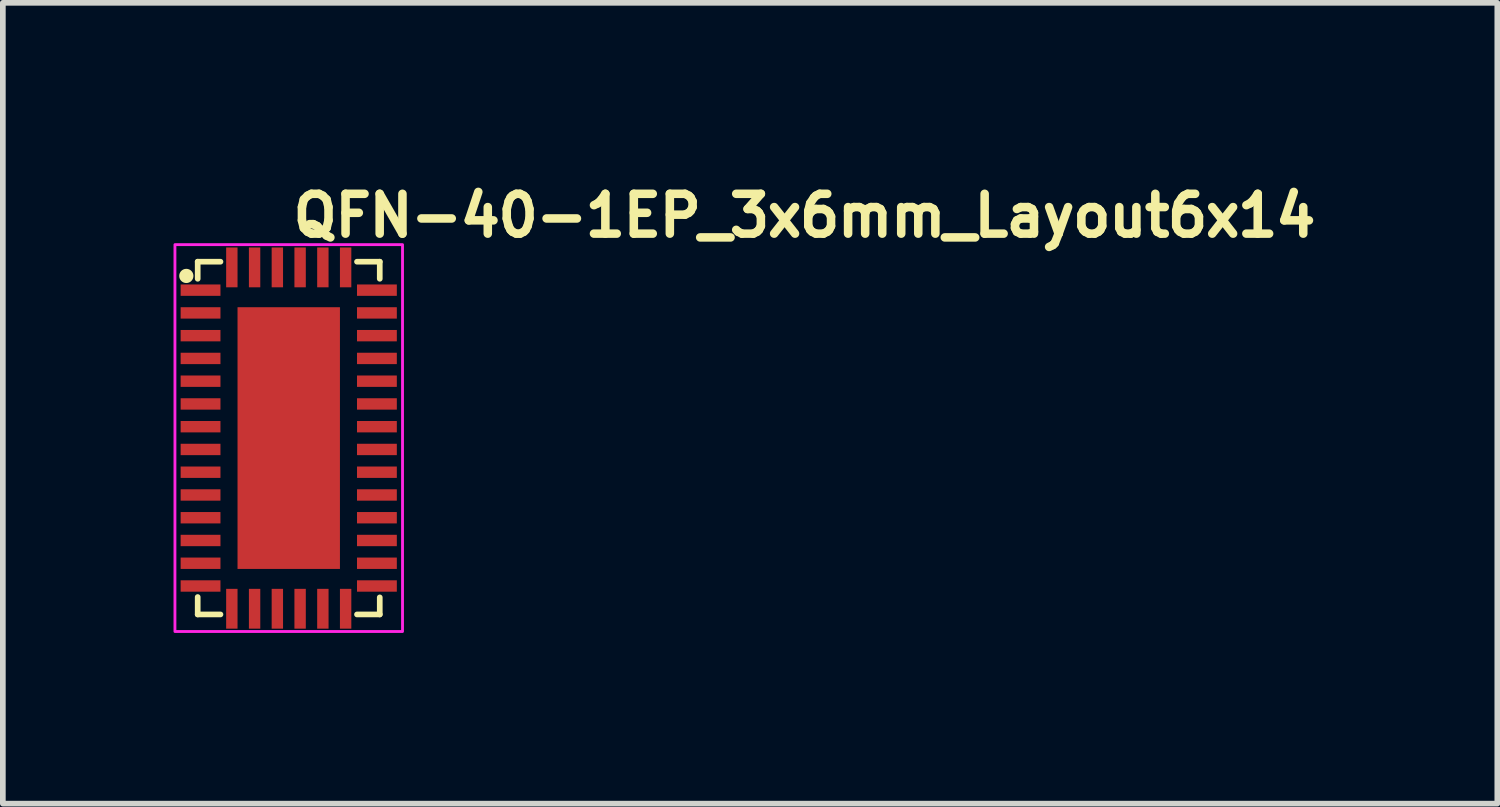
<source format=kicad_pcb>
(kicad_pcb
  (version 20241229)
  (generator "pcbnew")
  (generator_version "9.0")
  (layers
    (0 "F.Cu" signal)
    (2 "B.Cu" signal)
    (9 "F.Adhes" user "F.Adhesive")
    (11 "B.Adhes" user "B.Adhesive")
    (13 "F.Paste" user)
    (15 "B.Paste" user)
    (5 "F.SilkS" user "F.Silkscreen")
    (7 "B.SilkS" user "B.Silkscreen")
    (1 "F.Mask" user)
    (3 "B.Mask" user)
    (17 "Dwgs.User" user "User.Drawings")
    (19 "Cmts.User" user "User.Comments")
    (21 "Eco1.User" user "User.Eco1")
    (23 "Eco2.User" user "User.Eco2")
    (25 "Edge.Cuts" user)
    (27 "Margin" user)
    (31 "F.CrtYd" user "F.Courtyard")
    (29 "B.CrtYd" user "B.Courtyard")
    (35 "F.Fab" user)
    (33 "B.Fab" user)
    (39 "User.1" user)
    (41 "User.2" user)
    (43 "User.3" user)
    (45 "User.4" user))
  (footprint "QFN-40-1EP_3x6mm_Layout6x14"
    (layer "F.Cu")
    (at 2.025 4.65)
    (property "Reference" "QFN-40-1EP_3x6mm_Layout6x14" (at 0 -3.5 0) (layer "F.SilkS") (effects (font (size 0.7 0.7) (thickness 0.15)) (justify left bottom)))
    (attr smd)
    (fp_line (start -1.6 -3.1) (end -1.2 -3.1) (stroke (width 0.1) (type default)) (layer "F.SilkS"))
    (fp_line (start -1.6 -2.8) (end -1.6 -3.1) (stroke (width 0.1) (type default)) (layer "F.SilkS"))
    (fp_line (start -1.6 3.1) (end -1.6 2.794) (stroke (width 0.1) (type default)) (layer "F.SilkS"))
    (fp_line (start -1.2 3.1) (end -1.6 3.1) (stroke (width 0.1) (type default)) (layer "F.SilkS"))
    (fp_line (start 1.2 -3.1) (end 1.6 -3.1) (stroke (width 0.1) (type default)) (layer "F.SilkS"))
    (fp_line (start 1.6 -3.1) (end 1.6 -2.8) (stroke (width 0.1) (type default)) (layer "F.SilkS"))
    (fp_line (start 1.6 2.8) (end 1.6 3.1) (stroke (width 0.1) (type default)) (layer "F.SilkS"))
    (fp_line (start 1.6 3.1) (end 1.2 3.1) (stroke (width 0.1) (type default)) (layer "F.SilkS"))
    (fp_circle (center -1.8 -2.85) (end -1.75 -2.85) (stroke (width 0.15) (type solid)) (fill yes) (layer "F.SilkS"))
    (fp_rect (start -2 -3.4) (end 2 3.4) (stroke (width 0.05) (type solid)) (fill no) (layer "F.CrtYd"))
    (fp_rect (start -1.55 -3.05) (end 1.55 3.05) (stroke (width 0.1) (type solid)) (fill no) (layer "User.5"))
    (fp_line (start -1.55 -2.7) (end -1.5 -2.7) (stroke (width 0.02) (type solid)) (layer "User.9"))
    (fp_line (start -1.55 -2.5) (end -1.55 -2.7) (stroke (width 0.02) (type solid)) (layer "User.9"))
    (fp_line (start -1.55 -2.5) (end -1.5 -2.5) (stroke (width 0.02) (type solid)) (layer "User.9"))
    (fp_line (start -1.55 -2.3) (end -1.5 -2.3) (stroke (width 0.02) (type solid)) (layer "User.9"))
    (fp_line (start -1.55 -2.1) (end -1.55 -2.3) (stroke (width 0.02) (type solid)) (layer "User.9"))
    (fp_line (start -1.55 -2.1) (end -1.5 -2.1) (stroke (width 0.02) (type solid)) (layer "User.9"))
    (fp_line (start -1.55 -1.9) (end -1.5 -1.9) (stroke (width 0.02) (type solid)) (layer "User.9"))
    (fp_line (start -1.55 -1.7) (end -1.55 -1.9) (stroke (width 0.02) (type solid)) (layer "User.9"))
    (fp_line (start -1.55 -1.7) (end -1.5 -1.7) (stroke (width 0.02) (type solid)) (layer "User.9"))
    (fp_line (start -1.55 -1.5) (end -1.5 -1.5) (stroke (width 0.02) (type solid)) (layer "User.9"))
    (fp_line (start -1.55 -1.3) (end -1.55 -1.5) (stroke (width 0.02) (type solid)) (layer "User.9"))
    (fp_line (start -1.55 -1.3) (end -1.5 -1.3) (stroke (width 0.02) (type solid)) (layer "User.9"))
    (fp_line (start -1.55 -1.1) (end -1.5 -1.1) (stroke (width 0.02) (type solid)) (layer "User.9"))
    (fp_line (start -1.55 -0.9) (end -1.55 -1.1) (stroke (width 0.02) (type solid)) (layer "User.9"))
    (fp_line (start -1.55 -0.9) (end -1.5 -0.9) (stroke (width 0.02) (type solid)) (layer "User.9"))
    (fp_line (start -1.55 -0.7) (end -1.5 -0.7) (stroke (width 0.02) (type solid)) (layer "User.9"))
    (fp_line (start -1.55 -0.5) (end -1.55 -0.7) (stroke (width 0.02) (type solid)) (layer "User.9"))
    (fp_line (start -1.55 -0.5) (end -1.5 -0.5) (stroke (width 0.02) (type solid)) (layer "User.9"))
    (fp_line (start -1.55 -0.3) (end -1.5 -0.3) (stroke (width 0.02) (type solid)) (layer "User.9"))
    (fp_line (start -1.55 -0.1) (end -1.55 -0.3) (stroke (width 0.02) (type solid)) (layer "User.9"))
    (fp_line (start -1.55 -0.1) (end -1.5 -0.1) (stroke (width 0.02) (type solid)) (layer "User.9"))
    (fp_line (start -1.55 0.1) (end -1.5 0.1) (stroke (width 0.02) (type solid)) (layer "User.9"))
    (fp_line (start -1.55 0.3) (end -1.55 0.1) (stroke (width 0.02) (type solid)) (layer "User.9"))
    (fp_line (start -1.55 0.3) (end -1.5 0.3) (stroke (width 0.02) (type solid)) (layer "User.9"))
    (fp_line (start -1.55 0.5) (end -1.5 0.5) (stroke (width 0.02) (type solid)) (layer "User.9"))
    (fp_line (start -1.55 0.7) (end -1.55 0.5) (stroke (width 0.02) (type solid)) (layer "User.9"))
    (fp_line (start -1.55 0.7) (end -1.5 0.7) (stroke (width 0.02) (type solid)) (layer "User.9"))
    (fp_line (start -1.55 0.9) (end -1.5 0.9) (stroke (width 0.02) (type solid)) (layer "User.9"))
    (fp_line (start -1.55 1.1) (end -1.55 0.9) (stroke (width 0.02) (type solid)) (layer "User.9"))
    (fp_line (start -1.55 1.1) (end -1.5 1.1) (stroke (width 0.02) (type solid)) (layer "User.9"))
    (fp_line (start -1.55 1.3) (end -1.5 1.3) (stroke (width 0.02) (type solid)) (layer "User.9"))
    (fp_line (start -1.55 1.5) (end -1.55 1.3) (stroke (width 0.02) (type solid)) (layer "User.9"))
    (fp_line (start -1.55 1.5) (end -1.5 1.5) (stroke (width 0.02) (type solid)) (layer "User.9"))
    (fp_line (start -1.55 1.7) (end -1.5 1.7) (stroke (width 0.02) (type solid)) (layer "User.9"))
    (fp_line (start -1.55 1.9) (end -1.55 1.7) (stroke (width 0.02) (type solid)) (layer "User.9"))
    (fp_line (start -1.55 1.9) (end -1.5 1.9) (stroke (width 0.02) (type solid)) (layer "User.9"))
    (fp_line (start -1.55 2.1) (end -1.5 2.1) (stroke (width 0.02) (type solid)) (layer "User.9"))
    (fp_line (start -1.55 2.3) (end -1.55 2.1) (stroke (width 0.02) (type solid)) (layer "User.9"))
    (fp_line (start -1.55 2.3) (end -1.5 2.3) (stroke (width 0.02) (type solid)) (layer "User.9"))
    (fp_line (start -1.55 2.5) (end -1.5 2.5) (stroke (width 0.02) (type solid)) (layer "User.9"))
    (fp_line (start -1.55 2.7) (end -1.55 2.5) (stroke (width 0.02) (type solid)) (layer "User.9"))
    (fp_line (start -1.55 2.7) (end -1.5 2.7) (stroke (width 0.02) (type solid)) (layer "User.9"))
    (fp_line (start -1.5 -3) (end 1.5 -3) (stroke (width 0.02) (type solid)) (layer "User.9"))
    (fp_line (start -1.5 3) (end -1.5 -3) (stroke (width 0.02) (type solid)) (layer "User.9"))
    (fp_line (start -1.5 3) (end 1.5 3) (stroke (width 0.02) (type solid)) (layer "User.9"))
    (fp_line (start -1.312 -2.644) (end -1.312 -2.635) (stroke (width 0.02) (type solid)) (layer "User.9"))
    (fp_line (start -1.312 -2.635) (end -1.312 -2.625) (stroke (width 0.02) (type solid)) (layer "User.9"))
    (fp_line (start -1.312 -2.625) (end -1.312 -2.615) (stroke (width 0.02) (type solid)) (layer "User.9"))
    (fp_line (start -1.312 -2.615) (end -1.312 -2.606) (stroke (width 0.02) (type solid)) (layer "User.9"))
    (fp_line (start -1.312 -2.606) (end -1.31 -2.596) (stroke (width 0.02) (type solid)) (layer "User.9"))
    (fp_line (start -1.31 -2.654) (end -1.312 -2.644) (stroke (width 0.02) (type solid)) (layer "User.9"))
    (fp_line (start -1.31 -2.596) (end -1.309 -2.587) (stroke (width 0.02) (type solid)) (layer "User.9"))
    (fp_line (start -1.309 -2.663) (end -1.31 -2.654) (stroke (width 0.02) (type solid)) (layer "User.9"))
    (fp_line (start -1.309 -2.587) (end -1.307 -2.578) (stroke (width 0.02) (type solid)) (layer "User.9"))
    (fp_line (start -1.307 -2.672) (end -1.309 -2.663) (stroke (width 0.02) (type solid)) (layer "User.9"))
    (fp_line (start -1.307 -2.578) (end -1.304 -2.569) (stroke (width 0.02) (type solid)) (layer "User.9"))
    (fp_line (start -1.304 -2.681) (end -1.307 -2.672) (stroke (width 0.02) (type solid)) (layer "User.9"))
    (fp_line (start -1.304 -2.569) (end -1.301 -2.561) (stroke (width 0.02) (type solid)) (layer "User.9"))
    (fp_line (start -1.301 -2.689) (end -1.304 -2.681) (stroke (width 0.02) (type solid)) (layer "User.9"))
    (fp_line (start -1.301 -2.561) (end -1.298 -2.552) (stroke (width 0.02) (type solid)) (layer "User.9"))
    (fp_line (start -1.298 -2.698) (end -1.301 -2.689) (stroke (width 0.02) (type solid)) (layer "User.9"))
    (fp_line (start -1.298 -2.552) (end -1.294 -2.544) (stroke (width 0.02) (type solid)) (layer "User.9"))
    (fp_line (start -1.294 -2.706) (end -1.298 -2.698) (stroke (width 0.02) (type solid)) (layer "User.9"))
    (fp_line (start -1.294 -2.544) (end -1.29 -2.536) (stroke (width 0.02) (type solid)) (layer "User.9"))
    (fp_line (start -1.29 -2.714) (end -1.294 -2.706) (stroke (width 0.02) (type solid)) (layer "User.9"))
    (fp_line (start -1.29 -2.536) (end -1.285 -2.528) (stroke (width 0.02) (type solid)) (layer "User.9"))
    (fp_line (start -1.285 -2.722) (end -1.29 -2.714) (stroke (width 0.02) (type solid)) (layer "User.9"))
    (fp_line (start -1.285 -2.528) (end -1.28 -2.52) (stroke (width 0.02) (type solid)) (layer "User.9"))
    (fp_line (start -1.28 -2.73) (end -1.285 -2.722) (stroke (width 0.02) (type solid)) (layer "User.9"))
    (fp_line (start -1.28 -2.52) (end -1.275 -2.513) (stroke (width 0.02) (type solid)) (layer "User.9"))
    (fp_line (start -1.275 -2.737) (end -1.28 -2.73) (stroke (width 0.02) (type solid)) (layer "User.9"))
    (fp_line (start -1.275 -2.513) (end -1.27 -2.506) (stroke (width 0.02) (type solid)) (layer "User.9"))
    (fp_line (start -1.27 -2.744) (end -1.275 -2.737) (stroke (width 0.02) (type solid)) (layer "User.9"))
    (fp_line (start -1.27 -2.506) (end -1.264 -2.499) (stroke (width 0.02) (type solid)) (layer "User.9"))
    (fp_line (start -1.264 -2.751) (end -1.27 -2.744) (stroke (width 0.02) (type solid)) (layer "User.9"))
    (fp_line (start -1.264 -2.499) (end -1.258 -2.492) (stroke (width 0.02) (type solid)) (layer "User.9"))
    (fp_line (start -1.258 -2.758) (end -1.264 -2.751) (stroke (width 0.02) (type solid)) (layer "User.9"))
    (fp_line (start -1.258 -2.492) (end -1.251 -2.486) (stroke (width 0.02) (type solid)) (layer "User.9"))
    (fp_line (start -1.251 -2.764) (end -1.258 -2.758) (stroke (width 0.02) (type solid)) (layer "User.9"))
    (fp_line (start -1.251 -2.486) (end -1.244 -2.48) (stroke (width 0.02) (type solid)) (layer "User.9"))
    (fp_line (start -1.244 -2.77) (end -1.251 -2.764) (stroke (width 0.02) (type solid)) (layer "User.9"))
    (fp_line (start -1.244 -2.48) (end -1.237 -2.475) (stroke (width 0.02) (type solid)) (layer "User.9"))
    (fp_line (start -1.237 -2.775) (end -1.244 -2.77) (stroke (width 0.02) (type solid)) (layer "User.9"))
    (fp_line (start -1.237 -2.475) (end -1.23 -2.47) (stroke (width 0.02) (type solid)) (layer "User.9"))
    (fp_line (start -1.23 -2.78) (end -1.237 -2.775) (stroke (width 0.02) (type solid)) (layer "User.9"))
    (fp_line (start -1.23 -2.47) (end -1.222 -2.465) (stroke (width 0.02) (type solid)) (layer "User.9"))
    (fp_line (start -1.222 -2.785) (end -1.23 -2.78) (stroke (width 0.02) (type solid)) (layer "User.9"))
    (fp_line (start -1.222 -2.465) (end -1.214 -2.46) (stroke (width 0.02) (type solid)) (layer "User.9"))
    (fp_line (start -1.214 -2.79) (end -1.222 -2.785) (stroke (width 0.02) (type solid)) (layer "User.9"))
    (fp_line (start -1.214 -2.46) (end -1.206 -2.456) (stroke (width 0.02) (type solid)) (layer "User.9"))
    (fp_line (start -1.206 -2.794) (end -1.214 -2.79) (stroke (width 0.02) (type solid)) (layer "User.9"))
    (fp_line (start -1.206 -2.456) (end -1.198 -2.452) (stroke (width 0.02) (type solid)) (layer "User.9"))
    (fp_line (start -1.198 -2.798) (end -1.206 -2.794) (stroke (width 0.02) (type solid)) (layer "User.9"))
    (fp_line (start -1.198 -2.452) (end -1.189 -2.449) (stroke (width 0.02) (type solid)) (layer "User.9"))
    (fp_line (start -1.189 -2.801) (end -1.198 -2.798) (stroke (width 0.02) (type solid)) (layer "User.9"))
    (fp_line (start -1.189 -2.449) (end -1.181 -2.446) (stroke (width 0.02) (type solid)) (layer "User.9"))
    (fp_line (start -1.181 -2.804) (end -1.189 -2.801) (stroke (width 0.02) (type solid)) (layer "User.9"))
    (fp_line (start -1.181 -2.446) (end -1.172 -2.443) (stroke (width 0.02) (type solid)) (layer "User.9"))
    (fp_line (start -1.172 -2.807) (end -1.181 -2.804) (stroke (width 0.02) (type solid)) (layer "User.9"))
    (fp_line (start -1.172 -2.443) (end -1.163 -2.441) (stroke (width 0.02) (type solid)) (layer "User.9"))
    (fp_line (start -1.163 -2.809) (end -1.172 -2.807) (stroke (width 0.02) (type solid)) (layer "User.9"))
    (fp_line (start -1.163 -2.441) (end -1.154 -2.44) (stroke (width 0.02) (type solid)) (layer "User.9"))
    (fp_line (start -1.154 -2.81) (end -1.163 -2.809) (stroke (width 0.02) (type solid)) (layer "User.9"))
    (fp_line (start -1.154 -2.44) (end -1.144 -2.438) (stroke (width 0.02) (type solid)) (layer "User.9"))
    (fp_line (start -1.144 -2.812) (end -1.154 -2.81) (stroke (width 0.02) (type solid)) (layer "User.9"))
    (fp_line (start -1.144 -2.438) (end -1.135 -2.438) (stroke (width 0.02) (type solid)) (layer "User.9"))
    (fp_line (start -1.135 -2.812) (end -1.144 -2.812) (stroke (width 0.02) (type solid)) (layer "User.9"))
    (fp_line (start -1.135 -2.438) (end -1.125 -2.438) (stroke (width 0.02) (type solid)) (layer "User.9"))
    (fp_line (start -1.125 -2.812) (end -1.135 -2.812) (stroke (width 0.02) (type solid)) (layer "User.9"))
    (fp_line (start -1.125 -2.438) (end -1.115 -2.438) (stroke (width 0.02) (type solid)) (layer "User.9"))
    (fp_line (start -1.115 -2.812) (end -1.125 -2.812) (stroke (width 0.02) (type solid)) (layer "User.9"))
    (fp_line (start -1.115 -2.438) (end -1.106 -2.438) (stroke (width 0.02) (type solid)) (layer "User.9"))
    (fp_line (start -1.106 -2.812) (end -1.115 -2.812) (stroke (width 0.02) (type solid)) (layer "User.9"))
    (fp_line (start -1.106 -2.438) (end -1.096 -2.44) (stroke (width 0.02) (type solid)) (layer "User.9"))
    (fp_line (start -1.1 -3.05) (end -1.1 -3) (stroke (width 0.02) (type solid)) (layer "User.9"))
    (fp_line (start -1.1 -3.05) (end -0.9 -3.05) (stroke (width 0.02) (type solid)) (layer "User.9"))
    (fp_line (start -1.1 3.05) (end -1.1 3) (stroke (width 0.02) (type solid)) (layer "User.9"))
    (fp_line (start -1.1 3.05) (end -0.9 3.05) (stroke (width 0.02) (type solid)) (layer "User.9"))
    (fp_line (start -1.096 -2.81) (end -1.106 -2.812) (stroke (width 0.02) (type solid)) (layer "User.9"))
    (fp_line (start -1.096 -2.44) (end -1.087 -2.441) (stroke (width 0.02) (type solid)) (layer "User.9"))
    (fp_line (start -1.087 -2.809) (end -1.096 -2.81) (stroke (width 0.02) (type solid)) (layer "User.9"))
    (fp_line (start -1.087 -2.441) (end -1.078 -2.443) (stroke (width 0.02) (type solid)) (layer "User.9"))
    (fp_line (start -1.078 -2.807) (end -1.087 -2.809) (stroke (width 0.02) (type solid)) (layer "User.9"))
    (fp_line (start -1.078 -2.443) (end -1.069 -2.446) (stroke (width 0.02) (type solid)) (layer "User.9"))
    (fp_line (start -1.069 -2.804) (end -1.078 -2.807) (stroke (width 0.02) (type solid)) (layer "User.9"))
    (fp_line (start -1.069 -2.446) (end -1.061 -2.449) (stroke (width 0.02) (type solid)) (layer "User.9"))
    (fp_line (start -1.061 -2.801) (end -1.069 -2.804) (stroke (width 0.02) (type solid)) (layer "User.9"))
    (fp_line (start -1.061 -2.449) (end -1.052 -2.452) (stroke (width 0.02) (type solid)) (layer "User.9"))
    (fp_line (start -1.052 -2.798) (end -1.061 -2.801) (stroke (width 0.02) (type solid)) (layer "User.9"))
    (fp_line (start -1.052 -2.452) (end -1.044 -2.456) (stroke (width 0.02) (type solid)) (layer "User.9"))
    (fp_line (start -1.044 -2.794) (end -1.052 -2.798) (stroke (width 0.02) (type solid)) (layer "User.9"))
    (fp_line (start -1.044 -2.456) (end -1.036 -2.46) (stroke (width 0.02) (type solid)) (layer "User.9"))
    (fp_line (start -1.036 -2.79) (end -1.044 -2.794) (stroke (width 0.02) (type solid)) (layer "User.9"))
    (fp_line (start -1.036 -2.46) (end -1.028 -2.465) (stroke (width 0.02) (type solid)) (layer "User.9"))
    (fp_line (start -1.028 -2.785) (end -1.036 -2.79) (stroke (width 0.02) (type solid)) (layer "User.9"))
    (fp_line (start -1.028 -2.465) (end -1.02 -2.47) (stroke (width 0.02) (type solid)) (layer "User.9"))
    (fp_line (start -1.02 -2.78) (end -1.028 -2.785) (stroke (width 0.02) (type solid)) (layer "User.9"))
    (fp_line (start -1.02 -2.47) (end -1.013 -2.475) (stroke (width 0.02) (type solid)) (layer "User.9"))
    (fp_line (start -1.013 -2.775) (end -1.02 -2.78) (stroke (width 0.02) (type solid)) (layer "User.9"))
    (fp_line (start -1.013 -2.475) (end -1.006 -2.48) (stroke (width 0.02) (type solid)) (layer "User.9"))
    (fp_line (start -1.006 -2.77) (end -1.013 -2.775) (stroke (width 0.02) (type solid)) (layer "User.9"))
    (fp_line (start -1.006 -2.48) (end -0.999 -2.486) (stroke (width 0.02) (type solid)) (layer "User.9"))
    (fp_line (start -0.999 -2.764) (end -1.006 -2.77) (stroke (width 0.02) (type solid)) (layer "User.9"))
    (fp_line (start -0.999 -2.486) (end -0.992 -2.492) (stroke (width 0.02) (type solid)) (layer "User.9"))
    (fp_line (start -0.992 -2.758) (end -0.999 -2.764) (stroke (width 0.02) (type solid)) (layer "User.9"))
    (fp_line (start -0.992 -2.492) (end -0.986 -2.499) (stroke (width 0.02) (type solid)) (layer "User.9"))
    (fp_line (start -0.986 -2.751) (end -0.992 -2.758) (stroke (width 0.02) (type solid)) (layer "User.9"))
    (fp_line (start -0.986 -2.499) (end -0.98 -2.506) (stroke (width 0.02) (type solid)) (layer "User.9"))
    (fp_line (start -0.98 -2.744) (end -0.986 -2.751) (stroke (width 0.02) (type solid)) (layer "User.9"))
    (fp_line (start -0.98 -2.506) (end -0.975 -2.513) (stroke (width 0.02) (type solid)) (layer "User.9"))
    (fp_line (start -0.975 -2.737) (end -0.98 -2.744) (stroke (width 0.02) (type solid)) (layer "User.9"))
    (fp_line (start -0.975 -2.513) (end -0.97 -2.52) (stroke (width 0.02) (type solid)) (layer "User.9"))
    (fp_line (start -0.97 -2.73) (end -0.975 -2.737) (stroke (width 0.02) (type solid)) (layer "User.9"))
    (fp_line (start -0.97 -2.52) (end -0.965 -2.528) (stroke (width 0.02) (type solid)) (layer "User.9"))
    (fp_line (start -0.965 -2.722) (end -0.97 -2.73) (stroke (width 0.02) (type solid)) (layer "User.9"))
    (fp_line (start -0.965 -2.528) (end -0.96 -2.536) (stroke (width 0.02) (type solid)) (layer "User.9"))
    (fp_line (start -0.96 -2.714) (end -0.965 -2.722) (stroke (width 0.02) (type solid)) (layer "User.9"))
    (fp_line (start -0.96 -2.536) (end -0.956 -2.544) (stroke (width 0.02) (type solid)) (layer "User.9"))
    (fp_line (start -0.956 -2.706) (end -0.96 -2.714) (stroke (width 0.02) (type solid)) (layer "User.9"))
    (fp_line (start -0.956 -2.544) (end -0.952 -2.552) (stroke (width 0.02) (type solid)) (layer "User.9"))
    (fp_line (start -0.952 -2.698) (end -0.956 -2.706) (stroke (width 0.02) (type solid)) (layer "User.9"))
    (fp_line (start -0.952 -2.552) (end -0.949 -2.561) (stroke (width 0.02) (type solid)) (layer "User.9"))
    (fp_line (start -0.949 -2.689) (end -0.952 -2.698) (stroke (width 0.02) (type solid)) (layer "User.9"))
    (fp_line (start -0.949 -2.561) (end -0.946 -2.569) (stroke (width 0.02) (type solid)) (layer "User.9"))
    (fp_line (start -0.946 -2.681) (end -0.949 -2.689) (stroke (width 0.02) (type solid)) (layer "User.9"))
    (fp_line (start -0.946 -2.569) (end -0.943 -2.578) (stroke (width 0.02) (type solid)) (layer "User.9"))
    (fp_line (start -0.943 -2.672) (end -0.946 -2.681) (stroke (width 0.02) (type solid)) (layer "User.9"))
    (fp_line (start -0.943 -2.578) (end -0.941 -2.587) (stroke (width 0.02) (type solid)) (layer "User.9"))
    (fp_line (start -0.941 -2.663) (end -0.943 -2.672) (stroke (width 0.02) (type solid)) (layer "User.9"))
    (fp_line (start -0.941 -2.587) (end -0.94 -2.596) (stroke (width 0.02) (type solid)) (layer "User.9"))
    (fp_line (start -0.94 -2.654) (end -0.941 -2.663) (stroke (width 0.02) (type solid)) (layer "User.9"))
    (fp_line (start -0.94 -2.596) (end -0.938 -2.606) (stroke (width 0.02) (type solid)) (layer "User.9"))
    (fp_line (start -0.938 -2.644) (end -0.94 -2.654) (stroke (width 0.02) (type solid)) (layer "User.9"))
    (fp_line (start -0.938 -2.635) (end -0.938 -2.644) (stroke (width 0.02) (type solid)) (layer "User.9"))
    (fp_line (start -0.938 -2.625) (end -0.938 -2.635) (stroke (width 0.02) (type solid)) (layer "User.9"))
    (fp_line (start -0.938 -2.615) (end -0.938 -2.625) (stroke (width 0.02) (type solid)) (layer "User.9"))
    (fp_line (start -0.938 -2.606) (end -0.938 -2.615) (stroke (width 0.02) (type solid)) (layer "User.9"))
    (fp_line (start -0.9 -3.05) (end -0.9 -3) (stroke (width 0.02) (type solid)) (layer "User.9"))
    (fp_line (start -0.9 3.05) (end -0.9 3) (stroke (width 0.02) (type solid)) (layer "User.9"))
    (fp_line (start -0.7 -3.05) (end -0.7 -3) (stroke (width 0.02) (type solid)) (layer "User.9"))
    (fp_line (start -0.7 -3.05) (end -0.5 -3.05) (stroke (width 0.02) (type solid)) (layer "User.9"))
    (fp_line (start -0.7 3.05) (end -0.7 3) (stroke (width 0.02) (type solid)) (layer "User.9"))
    (fp_line (start -0.7 3.05) (end -0.5 3.05) (stroke (width 0.02) (type solid)) (layer "User.9"))
    (fp_line (start -0.5 -3.05) (end -0.5 -3) (stroke (width 0.02) (type solid)) (layer "User.9"))
    (fp_line (start -0.5 3.05) (end -0.5 3) (stroke (width 0.02) (type solid)) (layer "User.9"))
    (fp_line (start -0.3 -3.05) (end -0.3 -3) (stroke (width 0.02) (type solid)) (layer "User.9"))
    (fp_line (start -0.3 -3.05) (end -0.1 -3.05) (stroke (width 0.02) (type solid)) (layer "User.9"))
    (fp_line (start -0.3 3.05) (end -0.3 3) (stroke (width 0.02) (type solid)) (layer "User.9"))
    (fp_line (start -0.3 3.05) (end -0.1 3.05) (stroke (width 0.02) (type solid)) (layer "User.9"))
    (fp_line (start -0.1 -3.05) (end -0.1 -3) (stroke (width 0.02) (type solid)) (layer "User.9"))
    (fp_line (start -0.1 3.05) (end -0.1 3) (stroke (width 0.02) (type solid)) (layer "User.9"))
    (fp_line (start 0.1 -3.05) (end 0.1 -3) (stroke (width 0.02) (type solid)) (layer "User.9"))
    (fp_line (start 0.1 -3.05) (end 0.3 -3.05) (stroke (width 0.02) (type solid)) (layer "User.9"))
    (fp_line (start 0.1 3.05) (end 0.1 3) (stroke (width 0.02) (type solid)) (layer "User.9"))
    (fp_line (start 0.1 3.05) (end 0.3 3.05) (stroke (width 0.02) (type solid)) (layer "User.9"))
    (fp_line (start 0.3 -3.05) (end 0.3 -3) (stroke (width 0.02) (type solid)) (layer "User.9"))
    (fp_line (start 0.3 3.05) (end 0.3 3) (stroke (width 0.02) (type solid)) (layer "User.9"))
    (fp_line (start 0.5 -3.05) (end 0.5 -3) (stroke (width 0.02) (type solid)) (layer "User.9"))
    (fp_line (start 0.5 -3.05) (end 0.7 -3.05) (stroke (width 0.02) (type solid)) (layer "User.9"))
    (fp_line (start 0.5 3.05) (end 0.5 3) (stroke (width 0.02) (type solid)) (layer "User.9"))
    (fp_line (start 0.5 3.05) (end 0.7 3.05) (stroke (width 0.02) (type solid)) (layer "User.9"))
    (fp_line (start 0.7 -3.05) (end 0.7 -3) (stroke (width 0.02) (type solid)) (layer "User.9"))
    (fp_line (start 0.7 3.05) (end 0.7 3) (stroke (width 0.02) (type solid)) (layer "User.9"))
    (fp_line (start 0.9 -3.05) (end 0.9 -3) (stroke (width 0.02) (type solid)) (layer "User.9"))
    (fp_line (start 0.9 -3.05) (end 1.1 -3.05) (stroke (width 0.02) (type solid)) (layer "User.9"))
    (fp_line (start 0.9 3.05) (end 0.9 3) (stroke (width 0.02) (type solid)) (layer "User.9"))
    (fp_line (start 0.9 3.05) (end 1.1 3.05) (stroke (width 0.02) (type solid)) (layer "User.9"))
    (fp_line (start 1.1 -3.05) (end 1.1 -3) (stroke (width 0.02) (type solid)) (layer "User.9"))
    (fp_line (start 1.1 3.05) (end 1.1 3) (stroke (width 0.02) (type solid)) (layer "User.9"))
    (fp_line (start 1.5 3) (end 1.5 -3) (stroke (width 0.02) (type solid)) (layer "User.9"))
    (fp_line (start 1.55 -2.7) (end 1.5 -2.7) (stroke (width 0.02) (type solid)) (layer "User.9"))
    (fp_line (start 1.55 -2.5) (end 1.5 -2.5) (stroke (width 0.02) (type solid)) (layer "User.9"))
    (fp_line (start 1.55 -2.5) (end 1.55 -2.7) (stroke (width 0.02) (type solid)) (layer "User.9"))
    (fp_line (start 1.55 -2.3) (end 1.5 -2.3) (stroke (width 0.02) (type solid)) (layer "User.9"))
    (fp_line (start 1.55 -2.1) (end 1.5 -2.1) (stroke (width 0.02) (type solid)) (layer "User.9"))
    (fp_line (start 1.55 -2.1) (end 1.55 -2.3) (stroke (width 0.02) (type solid)) (layer "User.9"))
    (fp_line (start 1.55 -1.9) (end 1.5 -1.9) (stroke (width 0.02) (type solid)) (layer "User.9"))
    (fp_line (start 1.55 -1.7) (end 1.5 -1.7) (stroke (width 0.02) (type solid)) (layer "User.9"))
    (fp_line (start 1.55 -1.7) (end 1.55 -1.9) (stroke (width 0.02) (type solid)) (layer "User.9"))
    (fp_line (start 1.55 -1.5) (end 1.5 -1.5) (stroke (width 0.02) (type solid)) (layer "User.9"))
    (fp_line (start 1.55 -1.3) (end 1.5 -1.3) (stroke (width 0.02) (type solid)) (layer "User.9"))
    (fp_line (start 1.55 -1.3) (end 1.55 -1.5) (stroke (width 0.02) (type solid)) (layer "User.9"))
    (fp_line (start 1.55 -1.1) (end 1.5 -1.1) (stroke (width 0.02) (type solid)) (layer "User.9"))
    (fp_line (start 1.55 -0.9) (end 1.5 -0.9) (stroke (width 0.02) (type solid)) (layer "User.9"))
    (fp_line (start 1.55 -0.9) (end 1.55 -1.1) (stroke (width 0.02) (type solid)) (layer "User.9"))
    (fp_line (start 1.55 -0.7) (end 1.5 -0.7) (stroke (width 0.02) (type solid)) (layer "User.9"))
    (fp_line (start 1.55 -0.5) (end 1.5 -0.5) (stroke (width 0.02) (type solid)) (layer "User.9"))
    (fp_line (start 1.55 -0.5) (end 1.55 -0.7) (stroke (width 0.02) (type solid)) (layer "User.9"))
    (fp_line (start 1.55 -0.3) (end 1.5 -0.3) (stroke (width 0.02) (type solid)) (layer "User.9"))
    (fp_line (start 1.55 -0.1) (end 1.5 -0.1) (stroke (width 0.02) (type solid)) (layer "User.9"))
    (fp_line (start 1.55 -0.1) (end 1.55 -0.3) (stroke (width 0.02) (type solid)) (layer "User.9"))
    (fp_line (start 1.55 0.1) (end 1.5 0.1) (stroke (width 0.02) (type solid)) (layer "User.9"))
    (fp_line (start 1.55 0.3) (end 1.5 0.3) (stroke (width 0.02) (type solid)) (layer "User.9"))
    (fp_line (start 1.55 0.3) (end 1.55 0.1) (stroke (width 0.02) (type solid)) (layer "User.9"))
    (fp_line (start 1.55 0.5) (end 1.5 0.5) (stroke (width 0.02) (type solid)) (layer "User.9"))
    (fp_line (start 1.55 0.7) (end 1.5 0.7) (stroke (width 0.02) (type solid)) (layer "User.9"))
    (fp_line (start 1.55 0.7) (end 1.55 0.5) (stroke (width 0.02) (type solid)) (layer "User.9"))
    (fp_line (start 1.55 0.9) (end 1.5 0.9) (stroke (width 0.02) (type solid)) (layer "User.9"))
    (fp_line (start 1.55 1.1) (end 1.5 1.1) (stroke (width 0.02) (type solid)) (layer "User.9"))
    (fp_line (start 1.55 1.1) (end 1.55 0.9) (stroke (width 0.02) (type solid)) (layer "User.9"))
    (fp_line (start 1.55 1.3) (end 1.5 1.3) (stroke (width 0.02) (type solid)) (layer "User.9"))
    (fp_line (start 1.55 1.5) (end 1.5 1.5) (stroke (width 0.02) (type solid)) (layer "User.9"))
    (fp_line (start 1.55 1.5) (end 1.55 1.3) (stroke (width 0.02) (type solid)) (layer "User.9"))
    (fp_line (start 1.55 1.7) (end 1.5 1.7) (stroke (width 0.02) (type solid)) (layer "User.9"))
    (fp_line (start 1.55 1.9) (end 1.5 1.9) (stroke (width 0.02) (type solid)) (layer "User.9"))
    (fp_line (start 1.55 1.9) (end 1.55 1.7) (stroke (width 0.02) (type solid)) (layer "User.9"))
    (fp_line (start 1.55 2.1) (end 1.5 2.1) (stroke (width 0.02) (type solid)) (layer "User.9"))
    (fp_line (start 1.55 2.3) (end 1.5 2.3) (stroke (width 0.02) (type solid)) (layer "User.9"))
    (fp_line (start 1.55 2.3) (end 1.55 2.1) (stroke (width 0.02) (type solid)) (layer "User.9"))
    (fp_line (start 1.55 2.5) (end 1.5 2.5) (stroke (width 0.02) (type solid)) (layer "User.9"))
    (fp_line (start 1.55 2.7) (end 1.5 2.7) (stroke (width 0.02) (type solid)) (layer "User.9"))
    (fp_line (start 1.55 2.7) (end 1.55 2.5) (stroke (width 0.02) (type solid)) (layer "User.9"))
    (pad "1" smd rect (at -1.55 -2.6 90) (size 0.2 0.7) (layers "F.Cu" "F.Mask" "F.Paste"))
    (pad "2" smd rect (at -1.55 -2.2 90) (size 0.2 0.7) (layers "F.Cu" "F.Mask" "F.Paste"))
    (pad "3" smd rect (at -1.55 -1.8 90) (size 0.2 0.7) (layers "F.Cu" "F.Mask" "F.Paste"))
    (pad "4" smd rect (at -1.55 -1.4 90) (size 0.2 0.7) (layers "F.Cu" "F.Mask" "F.Paste"))
    (pad "5" smd rect (at -1.55 -1 90) (size 0.2 0.7) (layers "F.Cu" "F.Mask" "F.Paste"))
    (pad "6" smd rect (at -1.55 -0.6 90) (size 0.2 0.7) (layers "F.Cu" "F.Mask" "F.Paste"))
    (pad "7" smd rect (at -1.55 -0.2 90) (size 0.2 0.7) (layers "F.Cu" "F.Mask" "F.Paste"))
    (pad "8" smd rect (at -1.55 0.2 90) (size 0.2 0.7) (layers "F.Cu" "F.Mask" "F.Paste"))
    (pad "9" smd rect (at -1.55 0.6 90) (size 0.2 0.7) (layers "F.Cu" "F.Mask" "F.Paste"))
    (pad "10" smd rect (at -1.55 1 90) (size 0.2 0.7) (layers "F.Cu" "F.Mask" "F.Paste"))
    (pad "11" smd rect (at -1.55 1.4 90) (size 0.2 0.7) (layers "F.Cu" "F.Mask" "F.Paste"))
    (pad "12" smd rect (at -1.55 1.8 90) (size 0.2 0.7) (layers "F.Cu" "F.Mask" "F.Paste"))
    (pad "13" smd rect (at -1.55 2.2 90) (size 0.2 0.7) (layers "F.Cu" "F.Mask" "F.Paste"))
    (pad "14" smd rect (at -1.55 2.6 90) (size 0.2 0.7) (layers "F.Cu" "F.Mask" "F.Paste"))
    (pad "15" smd rect (at -1 3) (size 0.2 0.7) (layers "F.Cu" "F.Mask" "F.Paste"))
    (pad "16" smd rect (at -0.6 3) (size 0.2 0.7) (layers "F.Cu" "F.Mask" "F.Paste"))
    (pad "17" smd rect (at -0.2 3) (size 0.2 0.7) (layers "F.Cu" "F.Mask" "F.Paste"))
    (pad "18" smd rect (at 0.2 3) (size 0.2 0.7) (layers "F.Cu" "F.Mask" "F.Paste"))
    (pad "19" smd rect (at 0.6 3) (size 0.2 0.7) (layers "F.Cu" "F.Mask" "F.Paste"))
    (pad "20" smd rect (at 1 3) (size 0.2 0.7) (layers "F.Cu" "F.Mask" "F.Paste"))
    (pad "21" smd rect (at 1.55 2.6 90) (size 0.2 0.7) (layers "F.Cu" "F.Mask" "F.Paste"))
    (pad "22" smd rect (at 1.55 2.2 90) (size 0.2 0.7) (layers "F.Cu" "F.Mask" "F.Paste"))
    (pad "23" smd rect (at 1.55 1.8 90) (size 0.2 0.7) (layers "F.Cu" "F.Mask" "F.Paste"))
    (pad "24" smd rect (at 1.55 1.4 90) (size 0.2 0.7) (layers "F.Cu" "F.Mask" "F.Paste"))
    (pad "25" smd rect (at 1.55 1 90) (size 0.2 0.7) (layers "F.Cu" "F.Mask" "F.Paste"))
    (pad "26" smd rect (at 1.55 0.6 90) (size 0.2 0.7) (layers "F.Cu" "F.Mask" "F.Paste"))
    (pad "27" smd rect (at 1.55 0.2 90) (size 0.2 0.7) (layers "F.Cu" "F.Mask" "F.Paste"))
    (pad "28" smd rect (at 1.55 -0.2 90) (size 0.2 0.7) (layers "F.Cu" "F.Mask" "F.Paste"))
    (pad "29" smd rect (at 1.55 -0.6 90) (size 0.2 0.7) (layers "F.Cu" "F.Mask" "F.Paste"))
    (pad "30" smd rect (at 1.55 -1 90) (size 0.2 0.7) (layers "F.Cu" "F.Mask" "F.Paste"))
    (pad "31" smd rect (at 1.55 -1.4 90) (size 0.2 0.7) (layers "F.Cu" "F.Mask" "F.Paste"))
    (pad "32" smd rect (at 1.55 -1.8 90) (size 0.2 0.7) (layers "F.Cu" "F.Mask" "F.Paste"))
    (pad "33" smd rect (at 1.55 -2.2 90) (size 0.2 0.7) (layers "F.Cu" "F.Mask" "F.Paste"))
    (pad "34" smd rect (at 1.55 -2.6 90) (size 0.2 0.7) (layers "F.Cu" "F.Mask" "F.Paste"))
    (pad "35" smd rect (at 1 -3) (size 0.2 0.7) (layers "F.Cu" "F.Mask" "F.Paste"))
    (pad "36" smd rect (at 0.6 -3) (size 0.2 0.7) (layers "F.Cu" "F.Mask" "F.Paste"))
    (pad "37" smd rect (at 0.2 -3) (size 0.2 0.7) (layers "F.Cu" "F.Mask" "F.Paste"))
    (pad "38" smd rect (at -0.2 -3) (size 0.2 0.7) (layers "F.Cu" "F.Mask" "F.Paste"))
    (pad "39" smd rect (at -0.6 -3) (size 0.2 0.7) (layers "F.Cu" "F.Mask" "F.Paste"))
    (pad "40" smd rect (at -1 -3) (size 0.2 0.7) (layers "F.Cu" "F.Mask" "F.Paste"))
    (pad "41" smd rect (at 0 0) (size 1.8 4.6) (layers "F.Cu" "F.Mask" "F.Paste")))
  (gr_rect
    (start -3 -3)
    (end 23.268 11.075)
    (stroke (width 0.1) (type default))
    (fill no)
    (layer "Edge.Cuts")))
</source>
